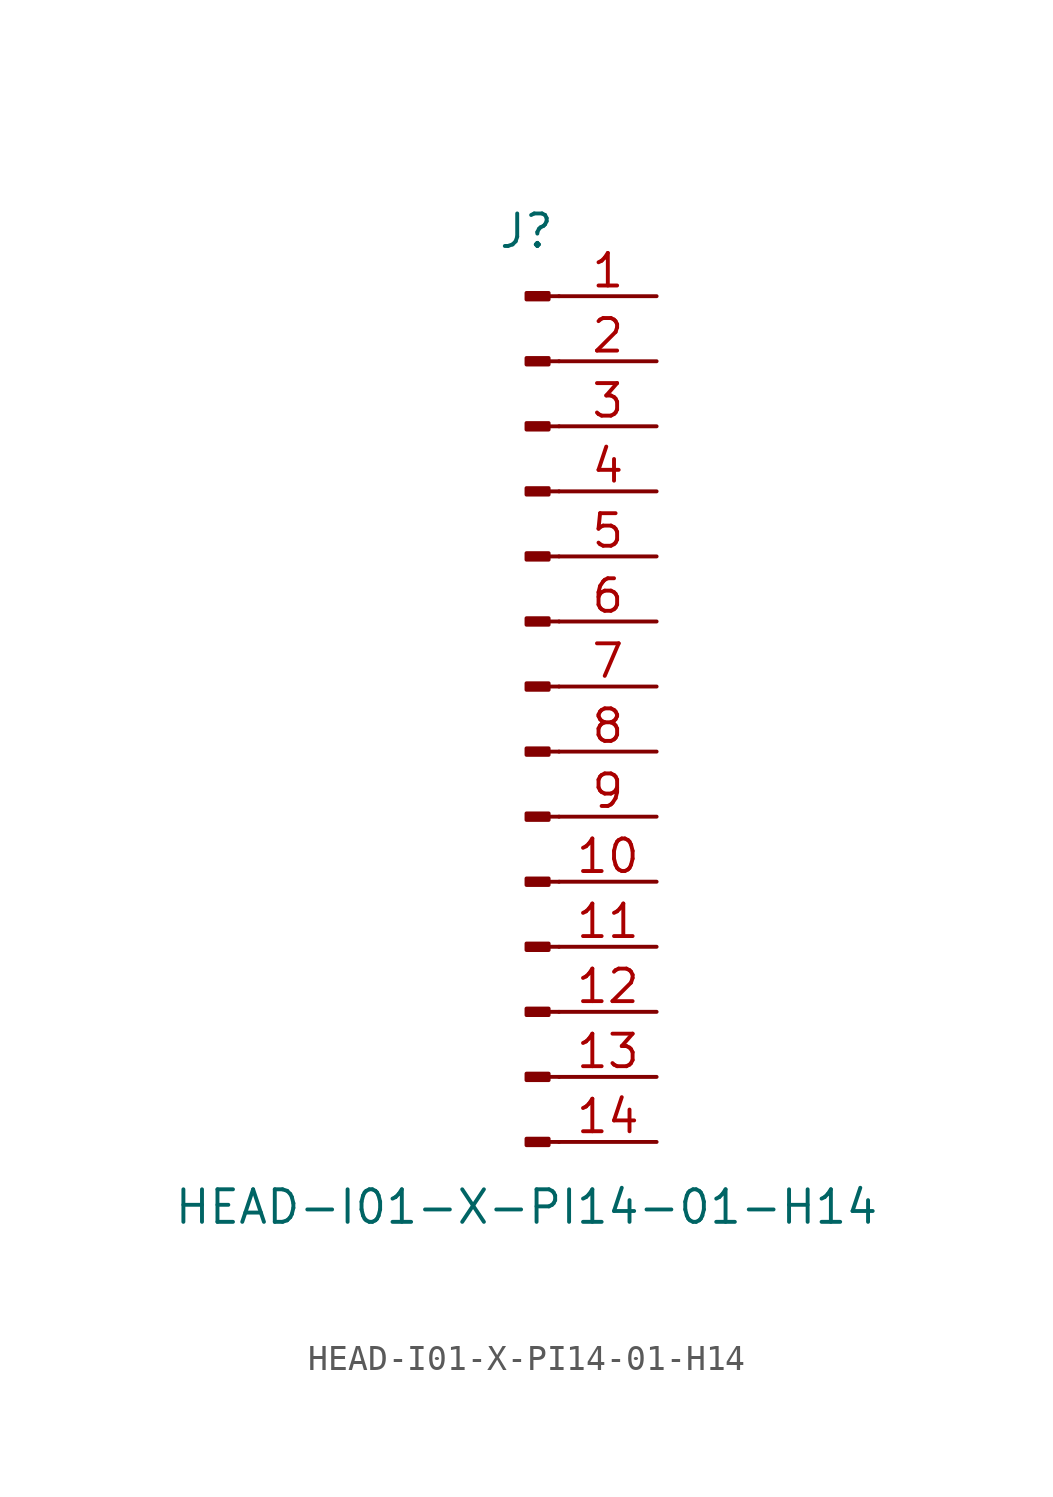
<source format=kicad_sym>
(kicad_symbol_lib
  (version 20211014)
  (generator kicad_symbol_editor)
  (symbol "HEAD-I01-X-PI14-01-H14"
    (pin_names
      (offset 1.016) hide)
    (property "Reference" "J"
      (at 0 17.78 0)
      (effects (font (size 1.27 1.27))))
    (property "Value" "HEAD-I01-X-PI14-01-H14"
      (at 0 -20.32 0)
      (effects (font (size 1.27 1.27))))
    (symbol "HEAD-I01-X-PI14-01-H14_1_1"
      (polyline (pts (xy 1.27 -17.78) (xy 0.864 -17.78)) (stroke (width 0.152) (type default) (color 0 0 0 0)) (fill (type none)))
      (polyline (pts (xy 1.27 -15.24) (xy 0.864 -15.24)) (stroke (width 0.152) (type default) (color 0 0 0 0)) (fill (type none)))
      (polyline (pts (xy 1.27 -12.7) (xy 0.864 -12.7)) (stroke (width 0.152) (type default) (color 0 0 0 0)) (fill (type none)))
      (polyline (pts (xy 1.27 -10.16) (xy 0.864 -10.16)) (stroke (width 0.152) (type default) (color 0 0 0 0)) (fill (type none)))
      (polyline (pts (xy 1.27 -7.62) (xy 0.864 -7.62)) (stroke (width 0.152) (type default) (color 0 0 0 0)) (fill (type none)))
      (polyline (pts (xy 1.27 -5.08) (xy 0.864 -5.08)) (stroke (width 0.152) (type default) (color 0 0 0 0)) (fill (type none)))
      (polyline (pts (xy 1.27 -2.54) (xy 0.864 -2.54)) (stroke (width 0.152) (type default) (color 0 0 0 0)) (fill (type none)))
      (polyline (pts (xy 1.27 0) (xy 0.864 0)) (stroke (width 0.152) (type default) (color 0 0 0 0)) (fill (type none)))
      (polyline (pts (xy 1.27 2.54) (xy 0.864 2.54)) (stroke (width 0.152) (type default) (color 0 0 0 0)) (fill (type none)))
      (polyline (pts (xy 1.27 5.08) (xy 0.864 5.08)) (stroke (width 0.152) (type default) (color 0 0 0 0)) (fill (type none)))
      (polyline (pts (xy 1.27 7.62) (xy 0.864 7.62)) (stroke (width 0.152) (type default) (color 0 0 0 0)) (fill (type none)))
      (polyline (pts (xy 1.27 10.16) (xy 0.864 10.16)) (stroke (width 0.152) (type default) (color 0 0 0 0)) (fill (type none)))
      (polyline (pts (xy 1.27 12.7) (xy 0.864 12.7)) (stroke (width 0.152) (type default) (color 0 0 0 0)) (fill (type none)))
      (polyline (pts (xy 1.27 15.24) (xy 0.864 15.24)) (stroke (width 0.152) (type default) (color 0 0 0 0)) (fill (type none)))
      (rectangle (start 0.864 -17.653) (end 0 -17.907) (stroke (width 0.152) (type default) (color 0 0 0 0)) (fill (type outline)))
      (rectangle (start 0.864 -15.113) (end 0 -15.367) (stroke (width 0.152) (type default) (color 0 0 0 0)) (fill (type outline)))
      (rectangle (start 0.864 -12.573) (end 0 -12.827) (stroke (width 0.152) (type default) (color 0 0 0 0)) (fill (type outline)))
      (rectangle (start 0.864 -10.033) (end 0 -10.287) (stroke (width 0.152) (type default) (color 0 0 0 0)) (fill (type outline)))
      (rectangle (start 0.864 -7.493) (end 0 -7.747) (stroke (width 0.152) (type default) (color 0 0 0 0)) (fill (type outline)))
      (rectangle (start 0.864 -4.953) (end 0 -5.207) (stroke (width 0.152) (type default) (color 0 0 0 0)) (fill (type outline)))
      (rectangle (start 0.864 -2.413) (end 0 -2.667) (stroke (width 0.152) (type default) (color 0 0 0 0)) (fill (type outline)))
      (rectangle (start 0.864 0.127) (end 0 -0.127) (stroke (width 0.152) (type default) (color 0 0 0 0)) (fill (type outline)))
      (rectangle (start 0.864 2.667) (end 0 2.413) (stroke (width 0.152) (type default) (color 0 0 0 0)) (fill (type outline)))
      (rectangle (start 0.864 5.207) (end 0 4.953) (stroke (width 0.152) (type default) (color 0 0 0 0)) (fill (type outline)))
      (rectangle (start 0.864 7.747) (end 0 7.493) (stroke (width 0.152) (type default) (color 0 0 0 0)) (fill (type outline)))
      (rectangle (start 0.864 10.287) (end 0 10.033) (stroke (width 0.152) (type default) (color 0 0 0 0)) (fill (type outline)))
      (rectangle (start 0.864 12.827) (end 0 12.573) (stroke (width 0.152) (type default) (color 0 0 0 0)) (fill (type outline)))
      (rectangle (start 0.864 15.367) (end 0 15.113) (stroke (width 0.152) (type default) (color 0 0 0 0)) (fill (type outline)))
      (pin passive line (at 5.08 15.24 180) (length 3.81) (name "Pin_1" (effects (font (size 1.27 1.27)))) (number "1" (effects (font (size 1.27 1.27)))))
      (pin passive line (at 5.08 -7.62 180) (length 3.81) (name "Pin_10" (effects (font (size 1.27 1.27)))) (number "10" (effects (font (size 1.27 1.27)))))
      (pin passive line (at 5.08 -10.16 180) (length 3.81) (name "Pin_11" (effects (font (size 1.27 1.27)))) (number "11" (effects (font (size 1.27 1.27)))))
      (pin passive line (at 5.08 -12.7 180) (length 3.81) (name "Pin_12" (effects (font (size 1.27 1.27)))) (number "12" (effects (font (size 1.27 1.27)))))
      (pin passive line (at 5.08 -15.24 180) (length 3.81) (name "Pin_13" (effects (font (size 1.27 1.27)))) (number "13" (effects (font (size 1.27 1.27)))))
      (pin passive line (at 5.08 -17.78 180) (length 3.81) (name "Pin_14" (effects (font (size 1.27 1.27)))) (number "14" (effects (font (size 1.27 1.27)))))
      (pin passive line (at 5.08 12.7 180) (length 3.81) (name "Pin_2" (effects (font (size 1.27 1.27)))) (number "2" (effects (font (size 1.27 1.27)))))
      (pin passive line (at 5.08 10.16 180) (length 3.81) (name "Pin_3" (effects (font (size 1.27 1.27)))) (number "3" (effects (font (size 1.27 1.27)))))
      (pin passive line (at 5.08 7.62 180) (length 3.81) (name "Pin_4" (effects (font (size 1.27 1.27)))) (number "4" (effects (font (size 1.27 1.27)))))
      (pin passive line (at 5.08 5.08 180) (length 3.81) (name "Pin_5" (effects (font (size 1.27 1.27)))) (number "5" (effects (font (size 1.27 1.27)))))
      (pin passive line (at 5.08 2.54 180) (length 3.81) (name "Pin_6" (effects (font (size 1.27 1.27)))) (number "6" (effects (font (size 1.27 1.27)))))
      (pin passive line (at 5.08 0 180) (length 3.81) (name "Pin_7" (effects (font (size 1.27 1.27)))) (number "7" (effects (font (size 1.27 1.27)))))
      (pin passive line (at 5.08 -2.54 180) (length 3.81) (name "Pin_8" (effects (font (size 1.27 1.27)))) (number "8" (effects (font (size 1.27 1.27)))))
      (pin passive line (at 5.08 -5.08 180) (length 3.81) (name "Pin_9" (effects (font (size 1.27 1.27)))) (number "9" (effects (font (size 1.27 1.27))))))))
</source>
